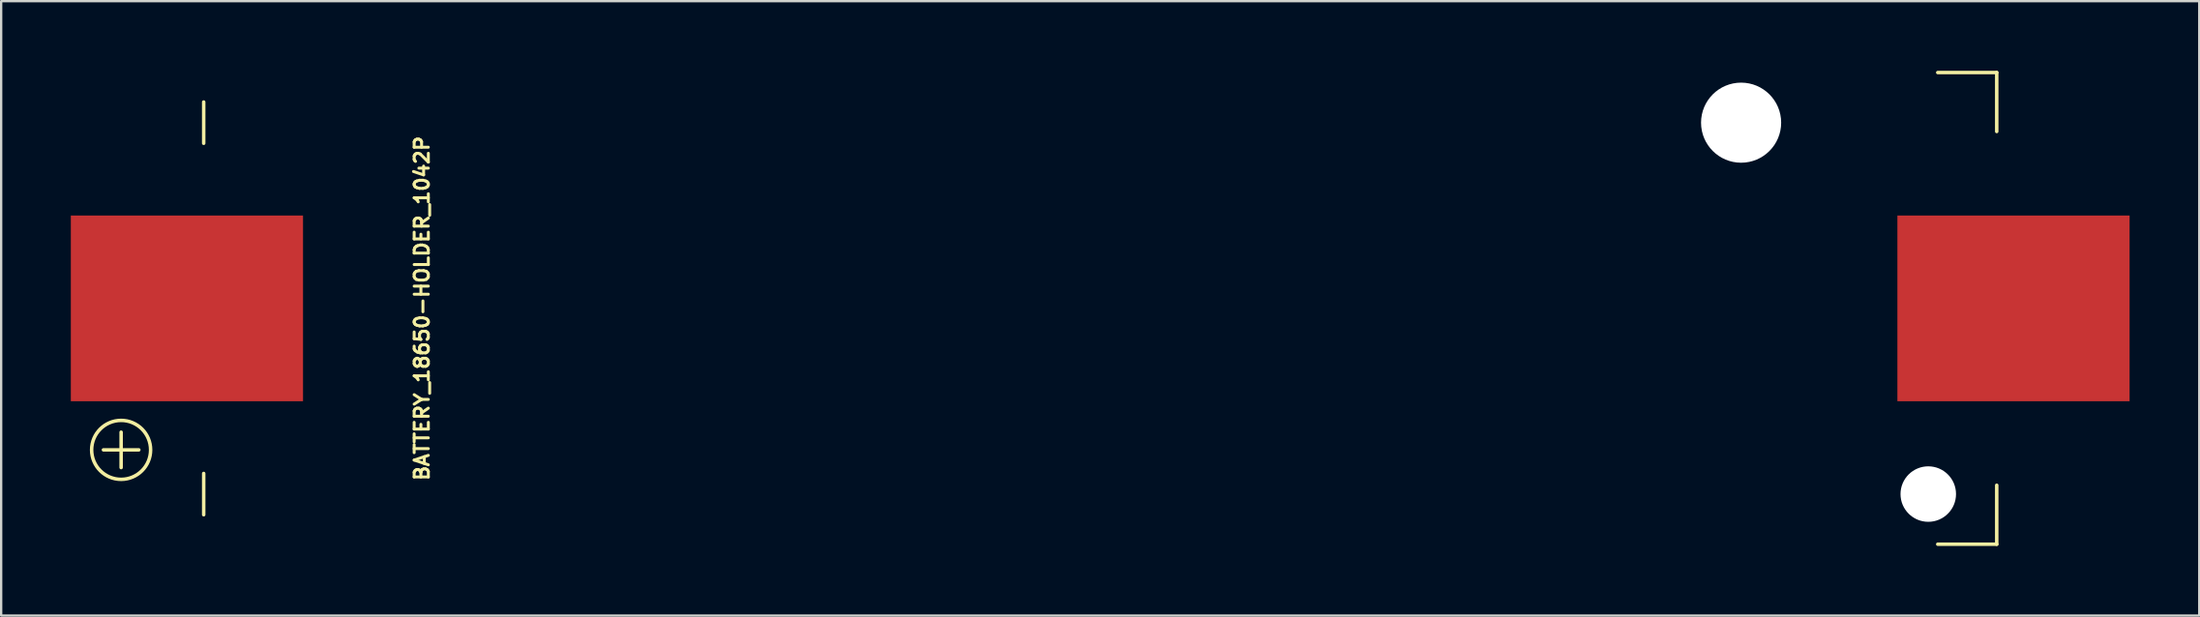
<source format=kicad_pcb>
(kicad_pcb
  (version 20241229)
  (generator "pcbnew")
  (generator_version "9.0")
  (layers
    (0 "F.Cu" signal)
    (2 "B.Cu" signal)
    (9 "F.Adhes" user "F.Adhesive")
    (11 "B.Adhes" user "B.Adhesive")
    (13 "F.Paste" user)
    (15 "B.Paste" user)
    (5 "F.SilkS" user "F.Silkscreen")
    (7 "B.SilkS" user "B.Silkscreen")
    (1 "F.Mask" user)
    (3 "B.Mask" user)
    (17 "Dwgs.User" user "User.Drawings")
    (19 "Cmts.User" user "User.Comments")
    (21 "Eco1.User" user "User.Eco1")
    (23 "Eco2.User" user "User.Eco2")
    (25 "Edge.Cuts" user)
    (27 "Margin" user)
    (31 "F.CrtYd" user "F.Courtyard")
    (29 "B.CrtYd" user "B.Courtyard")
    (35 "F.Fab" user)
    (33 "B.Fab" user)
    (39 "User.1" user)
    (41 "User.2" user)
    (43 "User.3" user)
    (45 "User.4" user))
  (footprint "BATTERY_18650-HOLDER_1042P"
    (layer "F.Cu")
    (at 44.33 10.235)
    (property "Reference" "BATTERY_18650-HOLDER_1042P" (at -29.21 0 270) (layer "F.SilkS") (effects (font (size 0.61 0.61) (thickness 0.127))))
    (attr exclude_from_pos_files exclude_from_bom)
    (fp_line (start -42.926 6.096) (end -41.402 6.096) (stroke (width 0.15) (type solid)) (layer "F.SilkS"))
    (fp_line (start -42.164 5.334) (end -42.164 6.858) (stroke (width 0.15) (type solid)) (layer "F.SilkS"))
    (fp_line (start -38.608 -8.89) (end -38.608 -7.112) (stroke (width 0.15) (type solid)) (layer "F.SilkS"))
    (fp_line (start -38.608 8.89) (end -38.608 7.112) (stroke (width 0.15) (type solid)) (layer "F.SilkS"))
    (fp_line (start 36.068 -10.16) (end 38.608 -10.16) (stroke (width 0.15) (type solid)) (layer "F.SilkS"))
    (fp_line (start 38.608 -10.16) (end 38.608 -7.62) (stroke (width 0.15) (type solid)) (layer "F.SilkS"))
    (fp_line (start 38.608 7.62) (end 38.608 10.16) (stroke (width 0.15) (type solid)) (layer "F.SilkS"))
    (fp_line (start 38.608 10.16) (end 36.068 10.16) (stroke (width 0.15) (type solid)) (layer "F.SilkS"))
    (fp_circle (center -42.164 6.096) (end -40.894 6.096) (stroke (width 0.15) (type solid)) (fill no) (layer "F.SilkS"))
    (pad "" np_thru_hole circle (at 27.6 -8) (size 3.45 3.45) (drill 3.45) (layers "*.Cu" "*.Mask"))
    (pad "" np_thru_hole circle (at 35.66 8) (size 2.39 2.39) (drill 2.39) (layers "*.Cu" "*.Mask"))
    (pad "GND@" smd rect (at 39.33 0) (size 10 8) (layers "F.Cu" "F.Mask" "F.Paste"))
    (pad "PWR@" smd rect (at -39.33 0) (size 10 8) (layers "F.Cu" "F.Mask" "F.Paste")))
  (gr_rect
    (start -3 -3)
    (end 91.66 23.47)
    (stroke (width 0.1) (type default))
    (fill no)
    (layer "Edge.Cuts")))
</source>
